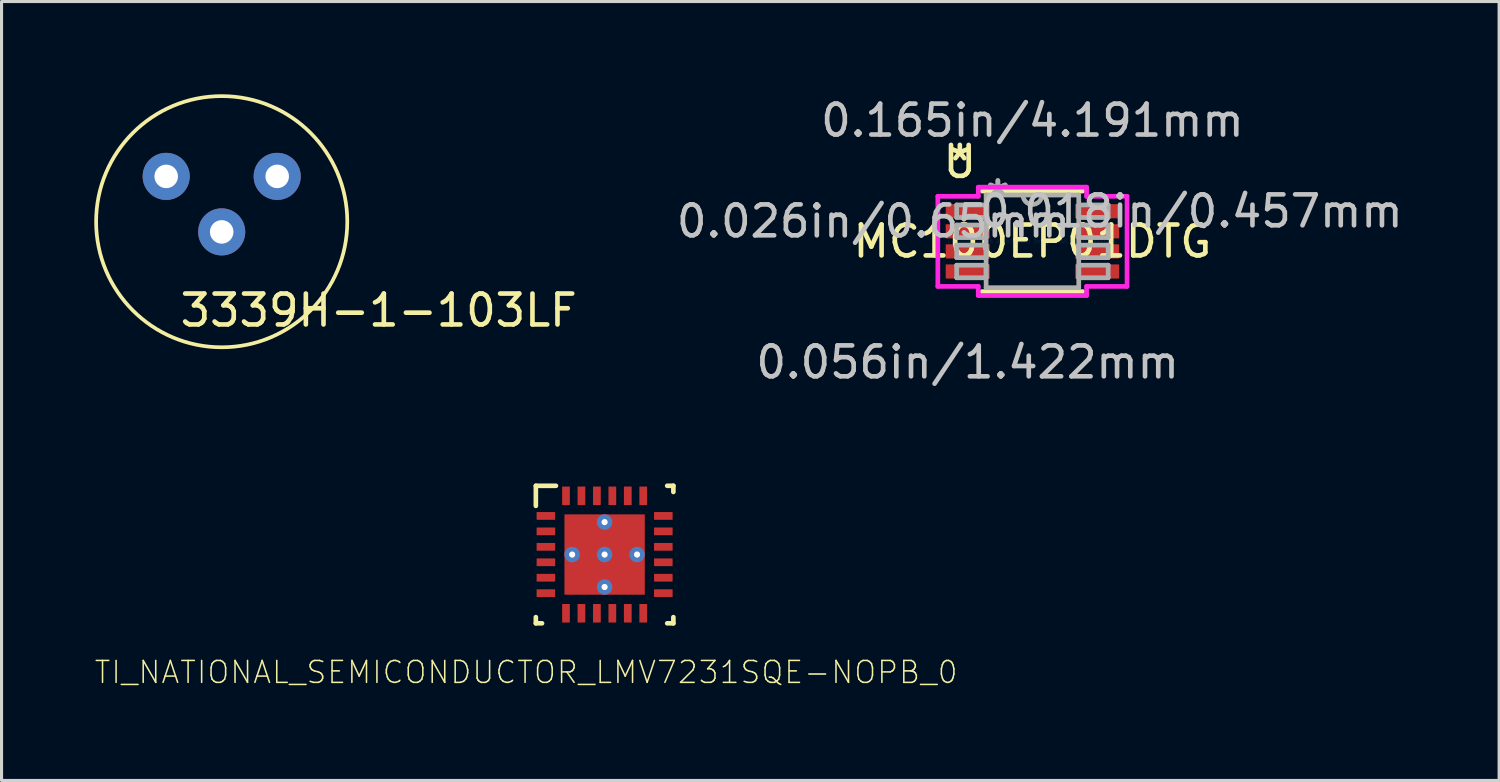
<source format=kicad_pcb>
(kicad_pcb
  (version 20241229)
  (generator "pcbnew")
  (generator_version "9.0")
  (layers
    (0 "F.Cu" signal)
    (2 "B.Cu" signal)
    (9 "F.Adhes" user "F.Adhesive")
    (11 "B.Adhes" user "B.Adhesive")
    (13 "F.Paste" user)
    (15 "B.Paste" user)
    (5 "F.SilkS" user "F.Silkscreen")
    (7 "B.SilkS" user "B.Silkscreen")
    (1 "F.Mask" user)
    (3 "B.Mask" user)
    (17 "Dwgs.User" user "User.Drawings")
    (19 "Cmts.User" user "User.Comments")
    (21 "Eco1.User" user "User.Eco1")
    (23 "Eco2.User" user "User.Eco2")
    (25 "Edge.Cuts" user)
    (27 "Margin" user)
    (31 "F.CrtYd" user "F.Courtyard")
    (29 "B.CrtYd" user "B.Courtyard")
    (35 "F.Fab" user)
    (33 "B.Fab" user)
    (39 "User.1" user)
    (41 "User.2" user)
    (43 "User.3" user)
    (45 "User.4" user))
  (footprint "TI_NATIONAL_SEMICONDUCTOR_LMV7231SQE-NOPB_0"
    (layer "F.Cu")
    (at 16.515 14.895)
    (property "Reference" "TI_NATIONAL_SEMICONDUCTOR_LMV7231SQE-NOPB_0" (at -2.54 3.81 0) (layer "F.SilkS") (effects (font (size 0.709 0.709) (thickness 0.05))))
    (attr smd)
    (fp_line (start -2.225 -2.225) (end -1.575 -2.225) (stroke (width 0.15) (type solid)) (layer "F.SilkS"))
    (fp_line (start -2.225 -1.575) (end -2.225 -2.225) (stroke (width 0.15) (type solid)) (layer "F.SilkS"))
    (fp_line (start -2.225 2.225) (end -2.225 2.025) (stroke (width 0.15) (type solid)) (layer "F.SilkS"))
    (fp_line (start -2.225 2.225) (end -2.025 2.225) (stroke (width 0.15) (type solid)) (layer "F.SilkS"))
    (fp_line (start 2.025 -2.225) (end 2.225 -2.225) (stroke (width 0.15) (type solid)) (layer "F.SilkS"))
    (fp_line (start 2.025 2.225) (end 2.225 2.225) (stroke (width 0.15) (type solid)) (layer "F.SilkS"))
    (fp_line (start 2.225 -2.025) (end 2.225 -2.225) (stroke (width 0.15) (type solid)) (layer "F.SilkS"))
    (fp_line (start 2.225 2.225) (end 2.225 2.025) (stroke (width 0.15) (type solid)) (layer "F.SilkS"))
    (fp_poly (pts (xy 0.1 -1.248) (xy 1.248 -1.248) (xy 1.248 -0.1) (xy 0.1 -0.1)) (stroke (width 0) (type solid)) (fill yes) (layer "F.Paste"))
    (fp_poly (pts (xy 0.1 0.1) (xy 1.248 0.1) (xy 1.248 1.248) (xy 0.1 1.248)) (stroke (width 0) (type solid)) (fill yes) (layer "F.Paste"))
    (fp_poly (pts (xy 1.248 -0.1) (xy 0.1 -0.1) (xy 0.1 -1.248) (xy 1.248 -1.248)) (stroke (width 0) (type solid)) (fill yes) (layer "F.Paste"))
    (fp_poly (pts (xy 1.248 1.248) (xy 0.1 1.248) (xy 0.1 0.1) (xy 1.248 0.1)) (stroke (width 0) (type solid)) (fill yes) (layer "F.Paste"))
    (fp_line (start -2.325 -2.325) (end 2.325 -2.325) (stroke (width 0.1) (type solid)) (layer "Eco1.User"))
    (fp_line (start -2.325 2.325) (end -2.325 -2.325) (stroke (width 0.1) (type solid)) (layer "Eco1.User"))
    (fp_line (start 2.325 -2.325) (end 2.325 2.325) (stroke (width 0.1) (type solid)) (layer "Eco1.User"))
    (fp_line (start 2.325 2.325) (end -2.325 2.325) (stroke (width 0.1) (type solid)) (layer "Eco1.User"))
    (fp_line (start -2.075 -2.075) (end 2.075 -2.075) (stroke (width 0.1) (type solid)) (layer "Eco2.User"))
    (fp_line (start -2.075 2.075) (end -2.075 -2.075) (stroke (width 0.1) (type solid)) (layer "Eco2.User"))
    (fp_line (start -2.075 2.075) (end 2.075 2.075) (stroke (width 0.1) (type solid)) (layer "Eco2.User"))
    (fp_line (start 2.075 2.075) (end 2.075 -2.075) (stroke (width 0.1) (type solid)) (layer "Eco2.User"))
    (fp_circle (center -1.45 -1.3) (end -1.15 -1.3) (stroke (width 0.1) (type solid)) (fill no) (layer "Eco2.User"))
    (pad "1" smd rect (at -1.9 -1.25 90) (size 0.25 0.6) (layers "F.Cu" "F.Mask" "F.Paste"))
    (pad "2" smd rect (at -1.9 -0.75 90) (size 0.25 0.6) (layers "F.Cu" "F.Mask" "F.Paste"))
    (pad "3" smd rect (at -1.9 -0.25 90) (size 0.25 0.6) (layers "F.Cu" "F.Mask" "F.Paste"))
    (pad "4" smd rect (at -1.9 0.25 90) (size 0.25 0.6) (layers "F.Cu" "F.Mask" "F.Paste"))
    (pad "5" smd rect (at -1.9 0.75 90) (size 0.25 0.6) (layers "F.Cu" "F.Mask" "F.Paste"))
    (pad "6" smd rect (at -1.9 1.25 90) (size 0.25 0.6) (layers "F.Cu" "F.Mask" "F.Paste"))
    (pad "7" smd rect (at -1.25 1.9) (size 0.25 0.6) (layers "F.Cu" "F.Mask" "F.Paste"))
    (pad "8" smd rect (at -0.75 1.9) (size 0.25 0.6) (layers "F.Cu" "F.Mask" "F.Paste"))
    (pad "9" smd rect (at -0.25 1.9) (size 0.25 0.6) (layers "F.Cu" "F.Mask" "F.Paste"))
    (pad "10" smd rect (at 0.25 1.9) (size 0.25 0.6) (layers "F.Cu" "F.Mask" "F.Paste"))
    (pad "11" smd rect (at 0.75 1.9) (size 0.25 0.6) (layers "F.Cu" "F.Mask" "F.Paste"))
    (pad "12" smd rect (at 1.25 1.9) (size 0.25 0.6) (layers "F.Cu" "F.Mask" "F.Paste"))
    (pad "13" smd rect (at 1.9 1.25 90) (size 0.25 0.6) (layers "F.Cu" "F.Mask" "F.Paste"))
    (pad "14" smd rect (at 1.9 0.75 90) (size 0.25 0.6) (layers "F.Cu" "F.Mask" "F.Paste"))
    (pad "15" smd rect (at 1.9 0.25 90) (size 0.25 0.6) (layers "F.Cu" "F.Mask" "F.Paste"))
    (pad "16" smd rect (at 1.9 -0.25 90) (size 0.25 0.6) (layers "F.Cu" "F.Mask" "F.Paste"))
    (pad "17" smd rect (at 1.9 -0.75 90) (size 0.25 0.6) (layers "F.Cu" "F.Mask" "F.Paste"))
    (pad "18" smd rect (at 1.9 -1.25 90) (size 0.25 0.6) (layers "F.Cu" "F.Mask" "F.Paste"))
    (pad "19" smd rect (at 1.25 -1.9) (size 0.25 0.6) (layers "F.Cu" "F.Mask" "F.Paste"))
    (pad "20" smd rect (at 0.75 -1.9) (size 0.25 0.6) (layers "F.Cu" "F.Mask" "F.Paste"))
    (pad "21" smd rect (at 0.25 -1.9) (size 0.25 0.6) (layers "F.Cu" "F.Mask" "F.Paste"))
    (pad "22" smd rect (at -0.25 -1.9) (size 0.25 0.6) (layers "F.Cu" "F.Mask" "F.Paste"))
    (pad "23" smd rect (at -0.75 -1.9) (size 0.25 0.6) (layers "F.Cu" "F.Mask" "F.Paste"))
    (pad "24" smd rect (at -1.25 -1.9) (size 0.25 0.6) (layers "F.Cu" "F.Mask" "F.Paste"))
    (pad "25" smd rect (at 0 0) (size 2.6 2.6) (layers "F.Cu" "F.Mask" "F.Paste"))
    (pad "pad_1" thru_hole circle (at 0 -1.05) (size 0.5 0.5) (drill 0.2) (layers "*.Cu" "*.Mask"))
    (pad "pad_2" thru_hole circle (at 1.05 0) (size 0.5 0.5) (drill 0.2) (layers "*.Cu" "*.Mask"))
    (pad "pad_3" thru_hole circle (at -1.05 0) (size 0.5 0.5) (drill 0.2) (layers "*.Cu" "*.Mask"))
    (pad "pad_4" thru_hole circle (at 0 0) (size 0.5 0.5) (drill 0.2) (layers "*.Cu" "*.Mask"))
    (pad "pad_5" thru_hole circle (at 0 1.05) (size 0.5 0.5) (drill 0.2) (layers "*.Cu" "*.Mask")))
  (footprint "3339H-1-103LF"
    (layer "F.Cu")
    (at 4.124 4.454)
    (property "Reference" "3339H-1-103LF" (at 5.08 2.54 0) (layer "F.SilkS") (effects (font (size 1 1) (thickness 0.15))))
    (attr through_hole)
    (fp_circle (center 0 -0.33) (end 4.064 -0.33) (stroke (width 0.12) (type solid)) (fill no) (layer "F.SilkS"))
    (pad "1" thru_hole circle (at 0 0) (size 1.524 1.524) (drill 0.762) (layers "*.Cu" "*.Mask"))
    (pad "2" thru_hole circle (at -1.796 -1.796) (size 1.524 1.524) (drill 0.762) (layers "*.Cu" "*.Mask"))
    (pad "3" thru_hole circle (at 1.796 -1.796) (size 1.524 1.524) (drill 0.762) (layers "*.Cu" "*.Mask")))
  (footprint "MC100EP01DTG"
    (layer "F.Cu")
    (at 30.359 4.76)
    (property "Reference" "MC100EP01DTG" (at 0 0 0) (layer "F.SilkS") (effects (font (size 1 1) (thickness 0.15))))
    (attr through_hole)
    (fp_line (start -1.626 1.626) (end 1.626 1.626) (stroke (width 0.152) (type solid)) (layer "F.SilkS"))
    (fp_line (start 1.626 -1.626) (end -1.626 -1.626) (stroke (width 0.152) (type solid)) (layer "F.SilkS"))
    (fp_line (start -3.061 -1.458) (end -1.753 -1.458) (stroke (width 0.152) (type solid)) (layer "F.CrtYd"))
    (fp_line (start -3.061 1.458) (end -3.061 -1.458) (stroke (width 0.152) (type solid)) (layer "F.CrtYd"))
    (fp_line (start -1.753 -1.753) (end 1.753 -1.753) (stroke (width 0.152) (type solid)) (layer "F.CrtYd"))
    (fp_line (start -1.753 -1.458) (end -1.753 -1.753) (stroke (width 0.152) (type solid)) (layer "F.CrtYd"))
    (fp_line (start -1.753 1.458) (end -3.061 1.458) (stroke (width 0.152) (type solid)) (layer "F.CrtYd"))
    (fp_line (start -1.753 1.753) (end -1.753 1.458) (stroke (width 0.152) (type solid)) (layer "F.CrtYd"))
    (fp_line (start 1.753 -1.753) (end 1.753 -1.458) (stroke (width 0.152) (type solid)) (layer "F.CrtYd"))
    (fp_line (start 1.753 -1.458) (end 3.061 -1.458) (stroke (width 0.152) (type solid)) (layer "F.CrtYd"))
    (fp_line (start 1.753 1.458) (end 1.753 1.753) (stroke (width 0.152) (type solid)) (layer "F.CrtYd"))
    (fp_line (start 1.753 1.753) (end -1.753 1.753) (stroke (width 0.152) (type solid)) (layer "F.CrtYd"))
    (fp_line (start 3.061 -1.458) (end 3.061 1.458) (stroke (width 0.152) (type solid)) (layer "F.CrtYd"))
    (fp_line (start 3.061 1.458) (end 1.753 1.458) (stroke (width 0.152) (type solid)) (layer "F.CrtYd"))
    (fp_line (start -2.451 -1.178) (end -2.451 -0.772) (stroke (width 0.152) (type solid)) (layer "F.Fab"))
    (fp_line (start -2.451 -0.772) (end -1.499 -0.772) (stroke (width 0.152) (type solid)) (layer "F.Fab"))
    (fp_line (start -2.451 -0.528) (end -2.451 -0.122) (stroke (width 0.152) (type solid)) (layer "F.Fab"))
    (fp_line (start -2.451 -0.122) (end -1.499 -0.122) (stroke (width 0.152) (type solid)) (layer "F.Fab"))
    (fp_line (start -2.451 0.122) (end -2.451 0.528) (stroke (width 0.152) (type solid)) (layer "F.Fab"))
    (fp_line (start -2.451 0.528) (end -1.499 0.528) (stroke (width 0.152) (type solid)) (layer "F.Fab"))
    (fp_line (start -2.451 0.772) (end -2.451 1.178) (stroke (width 0.152) (type solid)) (layer "F.Fab"))
    (fp_line (start -2.451 1.178) (end -1.499 1.178) (stroke (width 0.152) (type solid)) (layer "F.Fab"))
    (fp_line (start -1.499 -1.499) (end -1.499 1.499) (stroke (width 0.152) (type solid)) (layer "F.Fab"))
    (fp_line (start -1.499 -1.178) (end -2.451 -1.178) (stroke (width 0.152) (type solid)) (layer "F.Fab"))
    (fp_line (start -1.499 -0.772) (end -1.499 -1.178) (stroke (width 0.152) (type solid)) (layer "F.Fab"))
    (fp_line (start -1.499 -0.528) (end -2.451 -0.528) (stroke (width 0.152) (type solid)) (layer "F.Fab"))
    (fp_line (start -1.499 -0.122) (end -1.499 -0.528) (stroke (width 0.152) (type solid)) (layer "F.Fab"))
    (fp_line (start -1.499 0.122) (end -2.451 0.122) (stroke (width 0.152) (type solid)) (layer "F.Fab"))
    (fp_line (start -1.499 0.528) (end -1.499 0.122) (stroke (width 0.152) (type solid)) (layer "F.Fab"))
    (fp_line (start -1.499 0.772) (end -2.451 0.772) (stroke (width 0.152) (type solid)) (layer "F.Fab"))
    (fp_line (start -1.499 1.178) (end -1.499 0.772) (stroke (width 0.152) (type solid)) (layer "F.Fab"))
    (fp_line (start -1.499 1.499) (end 1.499 1.499) (stroke (width 0.152) (type solid)) (layer "F.Fab"))
    (fp_line (start 1.499 -1.499) (end -1.499 -1.499) (stroke (width 0.152) (type solid)) (layer "F.Fab"))
    (fp_line (start 1.499 -1.178) (end 1.499 -0.772) (stroke (width 0.152) (type solid)) (layer "F.Fab"))
    (fp_line (start 1.499 -0.772) (end 2.451 -0.772) (stroke (width 0.152) (type solid)) (layer "F.Fab"))
    (fp_line (start 1.499 -0.528) (end 1.499 -0.122) (stroke (width 0.152) (type solid)) (layer "F.Fab"))
    (fp_line (start 1.499 -0.122) (end 2.451 -0.122) (stroke (width 0.152) (type solid)) (layer "F.Fab"))
    (fp_line (start 1.499 0.122) (end 1.499 0.528) (stroke (width 0.152) (type solid)) (layer "F.Fab"))
    (fp_line (start 1.499 0.528) (end 2.451 0.528) (stroke (width 0.152) (type solid)) (layer "F.Fab"))
    (fp_line (start 1.499 0.772) (end 1.499 1.178) (stroke (width 0.152) (type solid)) (layer "F.Fab"))
    (fp_line (start 1.499 1.178) (end 2.451 1.178) (stroke (width 0.152) (type solid)) (layer "F.Fab"))
    (fp_line (start 1.499 1.499) (end 1.499 -1.499) (stroke (width 0.152) (type solid)) (layer "F.Fab"))
    (fp_line (start 2.451 -1.178) (end 1.499 -1.178) (stroke (width 0.152) (type solid)) (layer "F.Fab"))
    (fp_line (start 2.451 -0.772) (end 2.451 -1.178) (stroke (width 0.152) (type solid)) (layer "F.Fab"))
    (fp_line (start 2.451 -0.528) (end 1.499 -0.528) (stroke (width 0.152) (type solid)) (layer "F.Fab"))
    (fp_line (start 2.451 -0.122) (end 2.451 -0.528) (stroke (width 0.152) (type solid)) (layer "F.Fab"))
    (fp_line (start 2.451 0.122) (end 1.499 0.122) (stroke (width 0.152) (type solid)) (layer "F.Fab"))
    (fp_line (start 2.451 0.528) (end 2.451 0.122) (stroke (width 0.152) (type solid)) (layer "F.Fab"))
    (fp_line (start 2.451 0.772) (end 1.499 0.772) (stroke (width 0.152) (type solid)) (layer "F.Fab"))
    (fp_line (start 2.451 1.178) (end 2.451 0.772) (stroke (width 0.152) (type solid)) (layer "F.Fab"))
    (fp_arc (start 0.3048 -1.4986) (mid 0 -1.1938) (end -0.3048 -1.4986) (stroke (width 0.1524) (type solid)) (layer "F.Fab"))
    (fp_text user "U" (at -2.349 -2.575 0) (layer "F.SilkS") (effects (font (size 1 1) (thickness 0.15))))
    (fp_text user "*" (at -2.349 -2.575 0) (layer "F.SilkS") (effects (font (size 1 1) (thickness 0.15))))
    (fp_text user "0.026in/0.65mm" (at -5.144 -0.65 0) (layer "Dwgs.User") (effects (font (size 1 1) (thickness 0.15))))
    (fp_text user "0.056in/1.422mm" (at -2.095 3.912 0) (layer "Dwgs.User") (effects (font (size 1 1) (thickness 0.15))))
    (fp_text user "0.018in/0.457mm" (at 5.144 -0.975 0) (layer "Dwgs.User") (effects (font (size 1 1) (thickness 0.15))))
    (fp_text user "0.165in/4.191mm" (at 0 -3.912 0) (layer "Dwgs.User") (effects (font (size 1 1) (thickness 0.15))))
    (fp_text user "Copyright 2016 Accelerated Designs. All rights reserved." (at 0 0 0) (layer "Cmts.User") (effects (font (size 0.127 0.127) (thickness 0.002))))
    (fp_text user "*" (at -1.118 -1.422 0) (layer "F.Fab") (effects (font (size 1 1) (thickness 0.15))))
    (fp_text user "*" (at -1.118 -1.422 0) (layer "F.Fab") (effects (font (size 1 1) (thickness 0.15))))
    (pad "1" smd rect (at -2.095 -0.975) (size 1.422 0.457) (layers "F.Cu" "F.Mask" "F.Paste"))
    (pad "2" smd rect (at -2.095 -0.325) (size 1.422 0.457) (layers "F.Cu" "F.Mask" "F.Paste"))
    (pad "3" smd rect (at -2.095 0.325) (size 1.422 0.457) (layers "F.Cu" "F.Mask" "F.Paste"))
    (pad "4" smd rect (at -2.095 0.975) (size 1.422 0.457) (layers "F.Cu" "F.Mask" "F.Paste"))
    (pad "5" smd rect (at 2.095 0.975) (size 1.422 0.457) (layers "F.Cu" "F.Mask" "F.Paste"))
    (pad "6" smd rect (at 2.095 0.325) (size 1.422 0.457) (layers "F.Cu" "F.Mask" "F.Paste"))
    (pad "7" smd rect (at 2.095 -0.325) (size 1.422 0.457) (layers "F.Cu" "F.Mask" "F.Paste"))
    (pad "8" smd rect (at 2.095 -0.975) (size 1.422 0.457) (layers "F.Cu" "F.Mask" "F.Paste")))
  (gr_rect
    (start -3 -3)
    (end 45.461 22.207)
    (stroke (width 0.1) (type default))
    (fill no)
    (layer "Edge.Cuts")))
</source>
